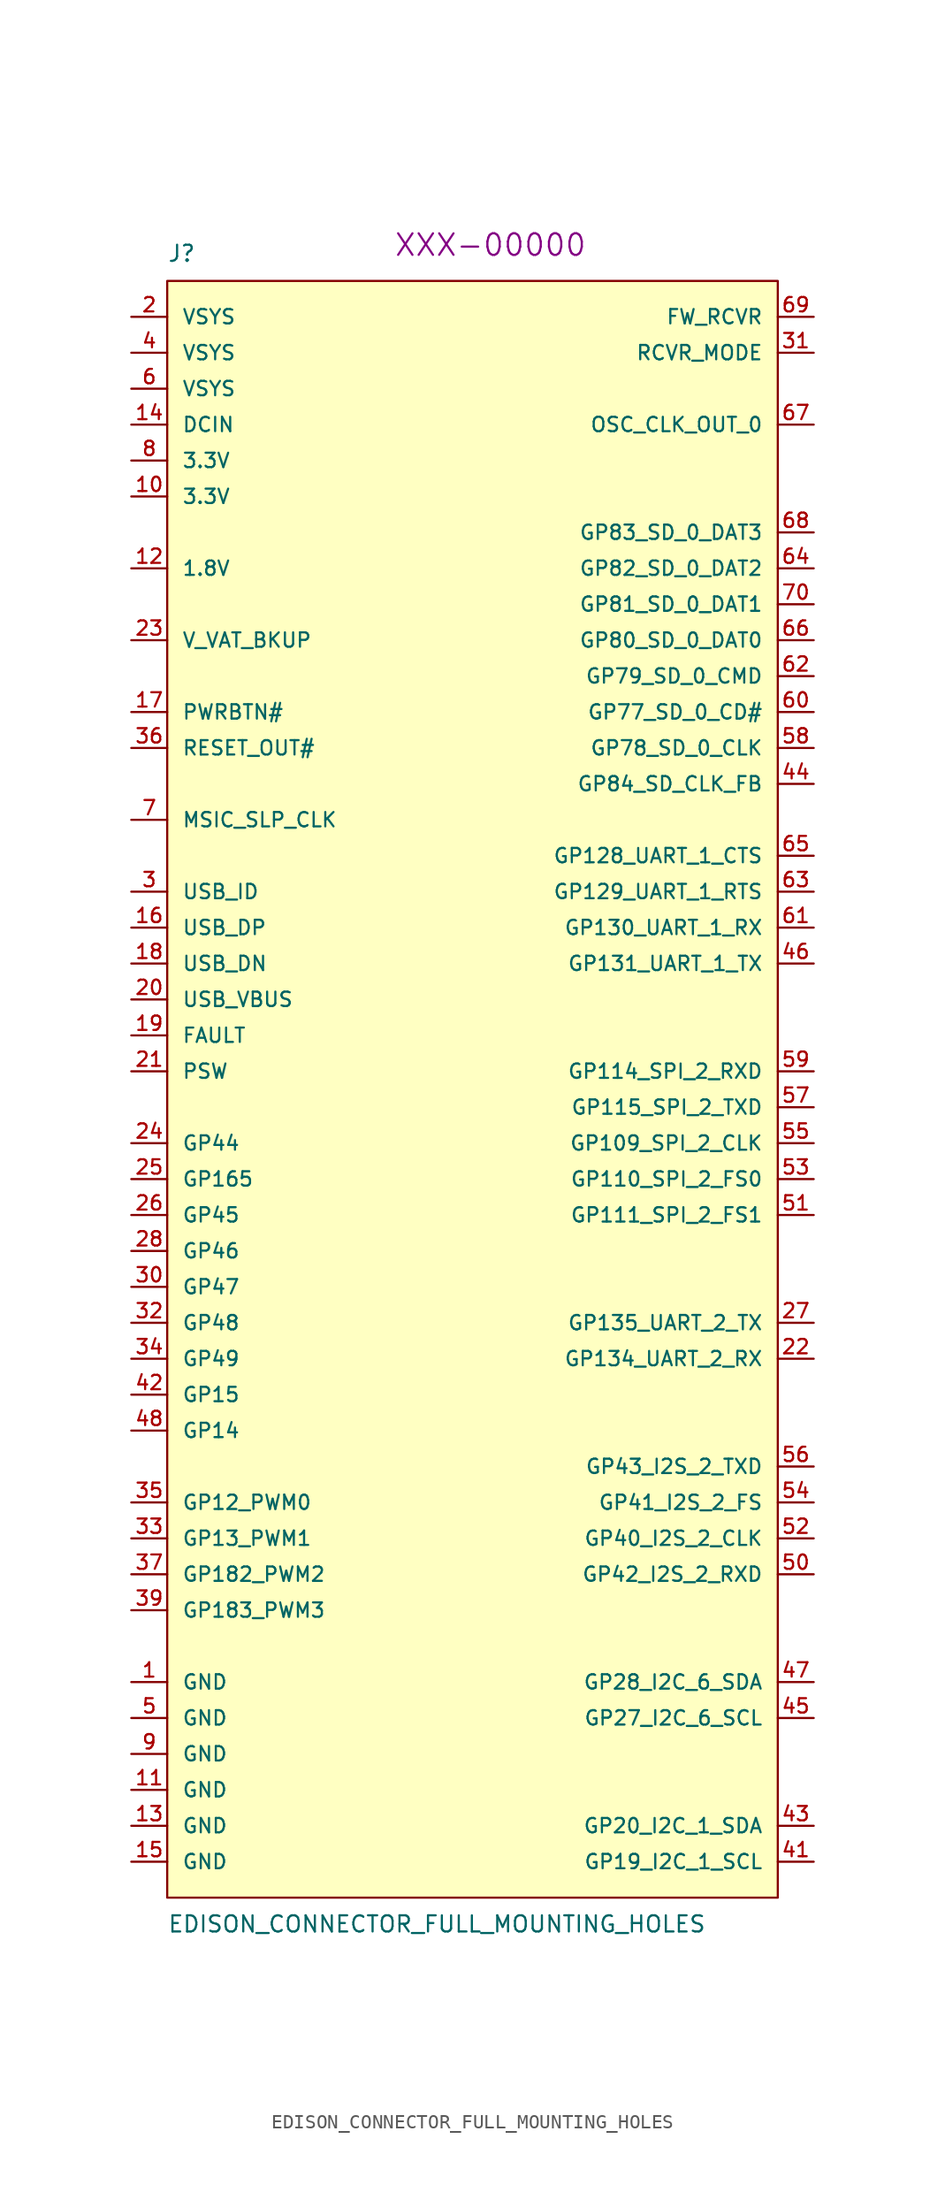
<source format=kicad_sym>
(kicad_symbol_lib
  (version 20201005)
  (generator kicad_symbol_editor)
  (symbol "EDISON_CONNECTOR_FULL_MOUNTING_HOLES"
    (pin_names
      (offset 1.016))
    (property "Reference" "J"
      (at -21.59 58.42 0)
      (effects (font (size 1.143 1.143)) (justify left bottom)))
    (property "Value" "EDISON_CONNECTOR_FULL_MOUNTING_HOLES"
      (at -21.59 -59.69 0)
      (effects (font (size 1.143 1.143)) (justify left bottom)))
    (property "Field4" "XXX-00000"
      (at 1.27 59.69 0)
      (effects (font (size 1.524 1.524))))
    (property "ki_locked" ""
      (at 0 0 0)
      (effects (font (size 1.27 1.27))))
    (symbol "EDISON_CONNECTOR_FULL_MOUNTING_HOLES_1_1"
      (polyline (pts (xy -21.59 57.15) (xy 21.59 57.15) (xy 21.59 -57.15) (xy -21.59 -57.15) (xy -21.59 57.15)) (stroke (width 0)) (fill (type background)))
      (pin bidirectional line (at -24.13 -41.91 0) (length 2.54) (name "GND" (effects (font (size 1.016 1.016)))) (number "1" (effects (font (size 1.016 1.016)))))
      (pin bidirectional line (at -24.13 54.61 0) (length 2.54) (name "VSYS" (effects (font (size 1.016 1.016)))) (number "2" (effects (font (size 1.016 1.016)))))
      (pin bidirectional line (at -24.13 13.97 0) (length 2.54) (name "USB_ID" (effects (font (size 1.016 1.016)))) (number "3" (effects (font (size 1.016 1.016)))))
      (pin bidirectional line (at -24.13 52.07 0) (length 2.54) (name "VSYS" (effects (font (size 1.016 1.016)))) (number "4" (effects (font (size 1.016 1.016)))))
      (pin bidirectional line (at -24.13 -44.45 0) (length 2.54) (name "GND" (effects (font (size 1.016 1.016)))) (number "5" (effects (font (size 1.016 1.016)))))
      (pin bidirectional line (at -24.13 49.53 0) (length 2.54) (name "VSYS" (effects (font (size 1.016 1.016)))) (number "6" (effects (font (size 1.016 1.016)))))
      (pin bidirectional line (at -24.13 19.05 0) (length 2.54) (name "MSIC_SLP_CLK" (effects (font (size 1.016 1.016)))) (number "7" (effects (font (size 1.016 1.016)))))
      (pin bidirectional line (at -24.13 44.45 0) (length 2.54) (name "3.3V" (effects (font (size 1.016 1.016)))) (number "8" (effects (font (size 1.016 1.016)))))
      (pin bidirectional line (at -24.13 -46.99 0) (length 2.54) (name "GND" (effects (font (size 1.016 1.016)))) (number "9" (effects (font (size 1.016 1.016)))))
      (pin bidirectional line (at -24.13 41.91 0) (length 2.54) (name "3.3V" (effects (font (size 1.016 1.016)))) (number "10" (effects (font (size 1.016 1.016)))))
      (pin bidirectional line (at -24.13 6.35 0) (length 2.54) (name "USB_VBUS" (effects (font (size 1.016 1.016)))) (number "20" (effects (font (size 1.016 1.016)))))
      (pin bidirectional line (at -24.13 -13.97 0) (length 2.54) (name "GP47" (effects (font (size 1.016 1.016)))) (number "30" (effects (font (size 1.016 1.016)))))
      (pin bidirectional line (at 24.13 -34.29 180) (length 2.54) (name "GP42_I2S_2_RXD" (effects (font (size 1.016 1.016)))) (number "50" (effects (font (size 1.016 1.016)))))
      (pin bidirectional line (at 24.13 26.67 180) (length 2.54) (name "GP77_SD_0_CD#" (effects (font (size 1.016 1.016)))) (number "60" (effects (font (size 1.016 1.016)))))
      (pin bidirectional line (at 24.13 34.29 180) (length 2.54) (name "GP81_SD_0_DAT1" (effects (font (size 1.016 1.016)))) (number "70" (effects (font (size 1.016 1.016)))))
      (pin bidirectional line (at -24.13 -49.53 0) (length 2.54) (name "GND" (effects (font (size 1.016 1.016)))) (number "11" (effects (font (size 1.016 1.016)))))
      (pin bidirectional line (at -24.13 1.27 0) (length 2.54) (name "PSW" (effects (font (size 1.016 1.016)))) (number "21" (effects (font (size 1.016 1.016)))))
      (pin bidirectional line (at 24.13 52.07 180) (length 2.54) (name "RCVR_MODE" (effects (font (size 1.016 1.016)))) (number "31" (effects (font (size 1.016 1.016)))))
      (pin bidirectional line (at 24.13 -54.61 180) (length 2.54) (name "GP19_I2C_1_SCL" (effects (font (size 1.016 1.016)))) (number "41" (effects (font (size 1.016 1.016)))))
      (pin bidirectional line (at 24.13 -8.89 180) (length 2.54) (name "GP111_SPI_2_FS1" (effects (font (size 1.016 1.016)))) (number "51" (effects (font (size 1.016 1.016)))))
      (pin bidirectional line (at 24.13 11.43 180) (length 2.54) (name "GP130_UART_1_RX" (effects (font (size 1.016 1.016)))) (number "61" (effects (font (size 1.016 1.016)))))
      (pin bidirectional line (at -24.13 36.83 0) (length 2.54) (name "1.8V" (effects (font (size 1.016 1.016)))) (number "12" (effects (font (size 1.016 1.016)))))
      (pin bidirectional line (at 24.13 -19.05 180) (length 2.54) (name "GP134_UART_2_RX" (effects (font (size 1.016 1.016)))) (number "22" (effects (font (size 1.016 1.016)))))
      (pin bidirectional line (at -24.13 -16.51 0) (length 2.54) (name "GP48" (effects (font (size 1.016 1.016)))) (number "32" (effects (font (size 1.016 1.016)))))
      (pin bidirectional line (at -24.13 -21.59 0) (length 2.54) (name "GP15" (effects (font (size 1.016 1.016)))) (number "42" (effects (font (size 1.016 1.016)))))
      (pin bidirectional line (at 24.13 -31.75 180) (length 2.54) (name "GP40_I2S_2_CLK" (effects (font (size 1.016 1.016)))) (number "52" (effects (font (size 1.016 1.016)))))
      (pin bidirectional line (at 24.13 29.21 180) (length 2.54) (name "GP79_SD_0_CMD" (effects (font (size 1.016 1.016)))) (number "62" (effects (font (size 1.016 1.016)))))
      (pin bidirectional line (at -24.13 -52.07 0) (length 2.54) (name "GND" (effects (font (size 1.016 1.016)))) (number "13" (effects (font (size 1.016 1.016)))))
      (pin bidirectional line (at -24.13 31.75 0) (length 2.54) (name "V_VAT_BKUP" (effects (font (size 1.016 1.016)))) (number "23" (effects (font (size 1.016 1.016)))))
      (pin bidirectional line (at -24.13 -31.75 0) (length 2.54) (name "GP13_PWM1" (effects (font (size 1.016 1.016)))) (number "33" (effects (font (size 1.016 1.016)))))
      (pin bidirectional line (at 24.13 -52.07 180) (length 2.54) (name "GP20_I2C_1_SDA" (effects (font (size 1.016 1.016)))) (number "43" (effects (font (size 1.016 1.016)))))
      (pin bidirectional line (at 24.13 -6.35 180) (length 2.54) (name "GP110_SPI_2_FS0" (effects (font (size 1.016 1.016)))) (number "53" (effects (font (size 1.016 1.016)))))
      (pin bidirectional line (at 24.13 13.97 180) (length 2.54) (name "GP129_UART_1_RTS" (effects (font (size 1.016 1.016)))) (number "63" (effects (font (size 1.016 1.016)))))
      (pin bidirectional line (at -24.13 46.99 0) (length 2.54) (name "DCIN" (effects (font (size 1.016 1.016)))) (number "14" (effects (font (size 1.016 1.016)))))
      (pin bidirectional line (at -24.13 -3.81 0) (length 2.54) (name "GP44" (effects (font (size 1.016 1.016)))) (number "24" (effects (font (size 1.016 1.016)))))
      (pin bidirectional line (at -24.13 -19.05 0) (length 2.54) (name "GP49" (effects (font (size 1.016 1.016)))) (number "34" (effects (font (size 1.016 1.016)))))
      (pin bidirectional line (at 24.13 21.59 180) (length 2.54) (name "GP84_SD_CLK_FB" (effects (font (size 1.016 1.016)))) (number "44" (effects (font (size 1.016 1.016)))))
      (pin bidirectional line (at 24.13 -29.21 180) (length 2.54) (name "GP41_I2S_2_FS" (effects (font (size 1.016 1.016)))) (number "54" (effects (font (size 1.016 1.016)))))
      (pin bidirectional line (at 24.13 36.83 180) (length 2.54) (name "GP82_SD_0_DAT2" (effects (font (size 1.016 1.016)))) (number "64" (effects (font (size 1.016 1.016)))))
      (pin bidirectional line (at -24.13 -54.61 0) (length 2.54) (name "GND" (effects (font (size 1.016 1.016)))) (number "15" (effects (font (size 1.016 1.016)))))
      (pin bidirectional line (at -24.13 -6.35 0) (length 2.54) (name "GP165" (effects (font (size 1.016 1.016)))) (number "25" (effects (font (size 1.016 1.016)))))
      (pin bidirectional line (at -24.13 -29.21 0) (length 2.54) (name "GP12_PWM0" (effects (font (size 1.016 1.016)))) (number "35" (effects (font (size 1.016 1.016)))))
      (pin bidirectional line (at 24.13 -44.45 180) (length 2.54) (name "GP27_I2C_6_SCL" (effects (font (size 1.016 1.016)))) (number "45" (effects (font (size 1.016 1.016)))))
      (pin bidirectional line (at 24.13 -3.81 180) (length 2.54) (name "GP109_SPI_2_CLK" (effects (font (size 1.016 1.016)))) (number "55" (effects (font (size 1.016 1.016)))))
      (pin bidirectional line (at 24.13 16.51 180) (length 2.54) (name "GP128_UART_1_CTS" (effects (font (size 1.016 1.016)))) (number "65" (effects (font (size 1.016 1.016)))))
      (pin bidirectional line (at -24.13 11.43 0) (length 2.54) (name "USB_DP" (effects (font (size 1.016 1.016)))) (number "16" (effects (font (size 1.016 1.016)))))
      (pin bidirectional line (at -24.13 -8.89 0) (length 2.54) (name "GP45" (effects (font (size 1.016 1.016)))) (number "26" (effects (font (size 1.016 1.016)))))
      (pin bidirectional line (at -24.13 24.13 0) (length 2.54) (name "RESET_OUT#" (effects (font (size 1.016 1.016)))) (number "36" (effects (font (size 1.016 1.016)))))
      (pin bidirectional line (at 24.13 8.89 180) (length 2.54) (name "GP131_UART_1_TX" (effects (font (size 1.016 1.016)))) (number "46" (effects (font (size 1.016 1.016)))))
      (pin bidirectional line (at 24.13 -26.67 180) (length 2.54) (name "GP43_I2S_2_TXD" (effects (font (size 1.016 1.016)))) (number "56" (effects (font (size 1.016 1.016)))))
      (pin bidirectional line (at 24.13 31.75 180) (length 2.54) (name "GP80_SD_0_DAT0" (effects (font (size 1.016 1.016)))) (number "66" (effects (font (size 1.016 1.016)))))
      (pin bidirectional line (at -24.13 26.67 0) (length 2.54) (name "PWRBTN#" (effects (font (size 1.016 1.016)))) (number "17" (effects (font (size 1.016 1.016)))))
      (pin bidirectional line (at 24.13 -16.51 180) (length 2.54) (name "GP135_UART_2_TX" (effects (font (size 1.016 1.016)))) (number "27" (effects (font (size 1.016 1.016)))))
      (pin bidirectional line (at -24.13 -34.29 0) (length 2.54) (name "GP182_PWM2" (effects (font (size 1.016 1.016)))) (number "37" (effects (font (size 1.016 1.016)))))
      (pin bidirectional line (at 24.13 -41.91 180) (length 2.54) (name "GP28_I2C_6_SDA" (effects (font (size 1.016 1.016)))) (number "47" (effects (font (size 1.016 1.016)))))
      (pin bidirectional line (at 24.13 -1.27 180) (length 2.54) (name "GP115_SPI_2_TXD" (effects (font (size 1.016 1.016)))) (number "57" (effects (font (size 1.016 1.016)))))
      (pin bidirectional line (at 24.13 46.99 180) (length 2.54) (name "OSC_CLK_OUT_0" (effects (font (size 1.016 1.016)))) (number "67" (effects (font (size 1.016 1.016)))))
      (pin bidirectional line (at -24.13 8.89 0) (length 2.54) (name "USB_DN" (effects (font (size 1.016 1.016)))) (number "18" (effects (font (size 1.016 1.016)))))
      (pin bidirectional line (at -24.13 -11.43 0) (length 2.54) (name "GP46" (effects (font (size 1.016 1.016)))) (number "28" (effects (font (size 1.016 1.016)))))
      (pin bidirectional line (at -24.13 -24.13 0) (length 2.54) (name "GP14" (effects (font (size 1.016 1.016)))) (number "48" (effects (font (size 1.016 1.016)))))
      (pin bidirectional line (at 24.13 24.13 180) (length 2.54) (name "GP78_SD_0_CLK" (effects (font (size 1.016 1.016)))) (number "58" (effects (font (size 1.016 1.016)))))
      (pin bidirectional line (at 24.13 39.37 180) (length 2.54) (name "GP83_SD_0_DAT3" (effects (font (size 1.016 1.016)))) (number "68" (effects (font (size 1.016 1.016)))))
      (pin bidirectional line (at -24.13 3.81 0) (length 2.54) (name "FAULT" (effects (font (size 1.016 1.016)))) (number "19" (effects (font (size 1.016 1.016)))))
      (pin bidirectional line (at -24.13 -36.83 0) (length 2.54) (name "GP183_PWM3" (effects (font (size 1.016 1.016)))) (number "39" (effects (font (size 1.016 1.016)))))
      (pin bidirectional line (at 24.13 1.27 180) (length 2.54) (name "GP114_SPI_2_RXD" (effects (font (size 1.016 1.016)))) (number "59" (effects (font (size 1.016 1.016)))))
      (pin bidirectional line (at 24.13 54.61 180) (length 2.54) (name "FW_RCVR" (effects (font (size 1.016 1.016)))) (number "69" (effects (font (size 1.016 1.016))))))))
</source>
